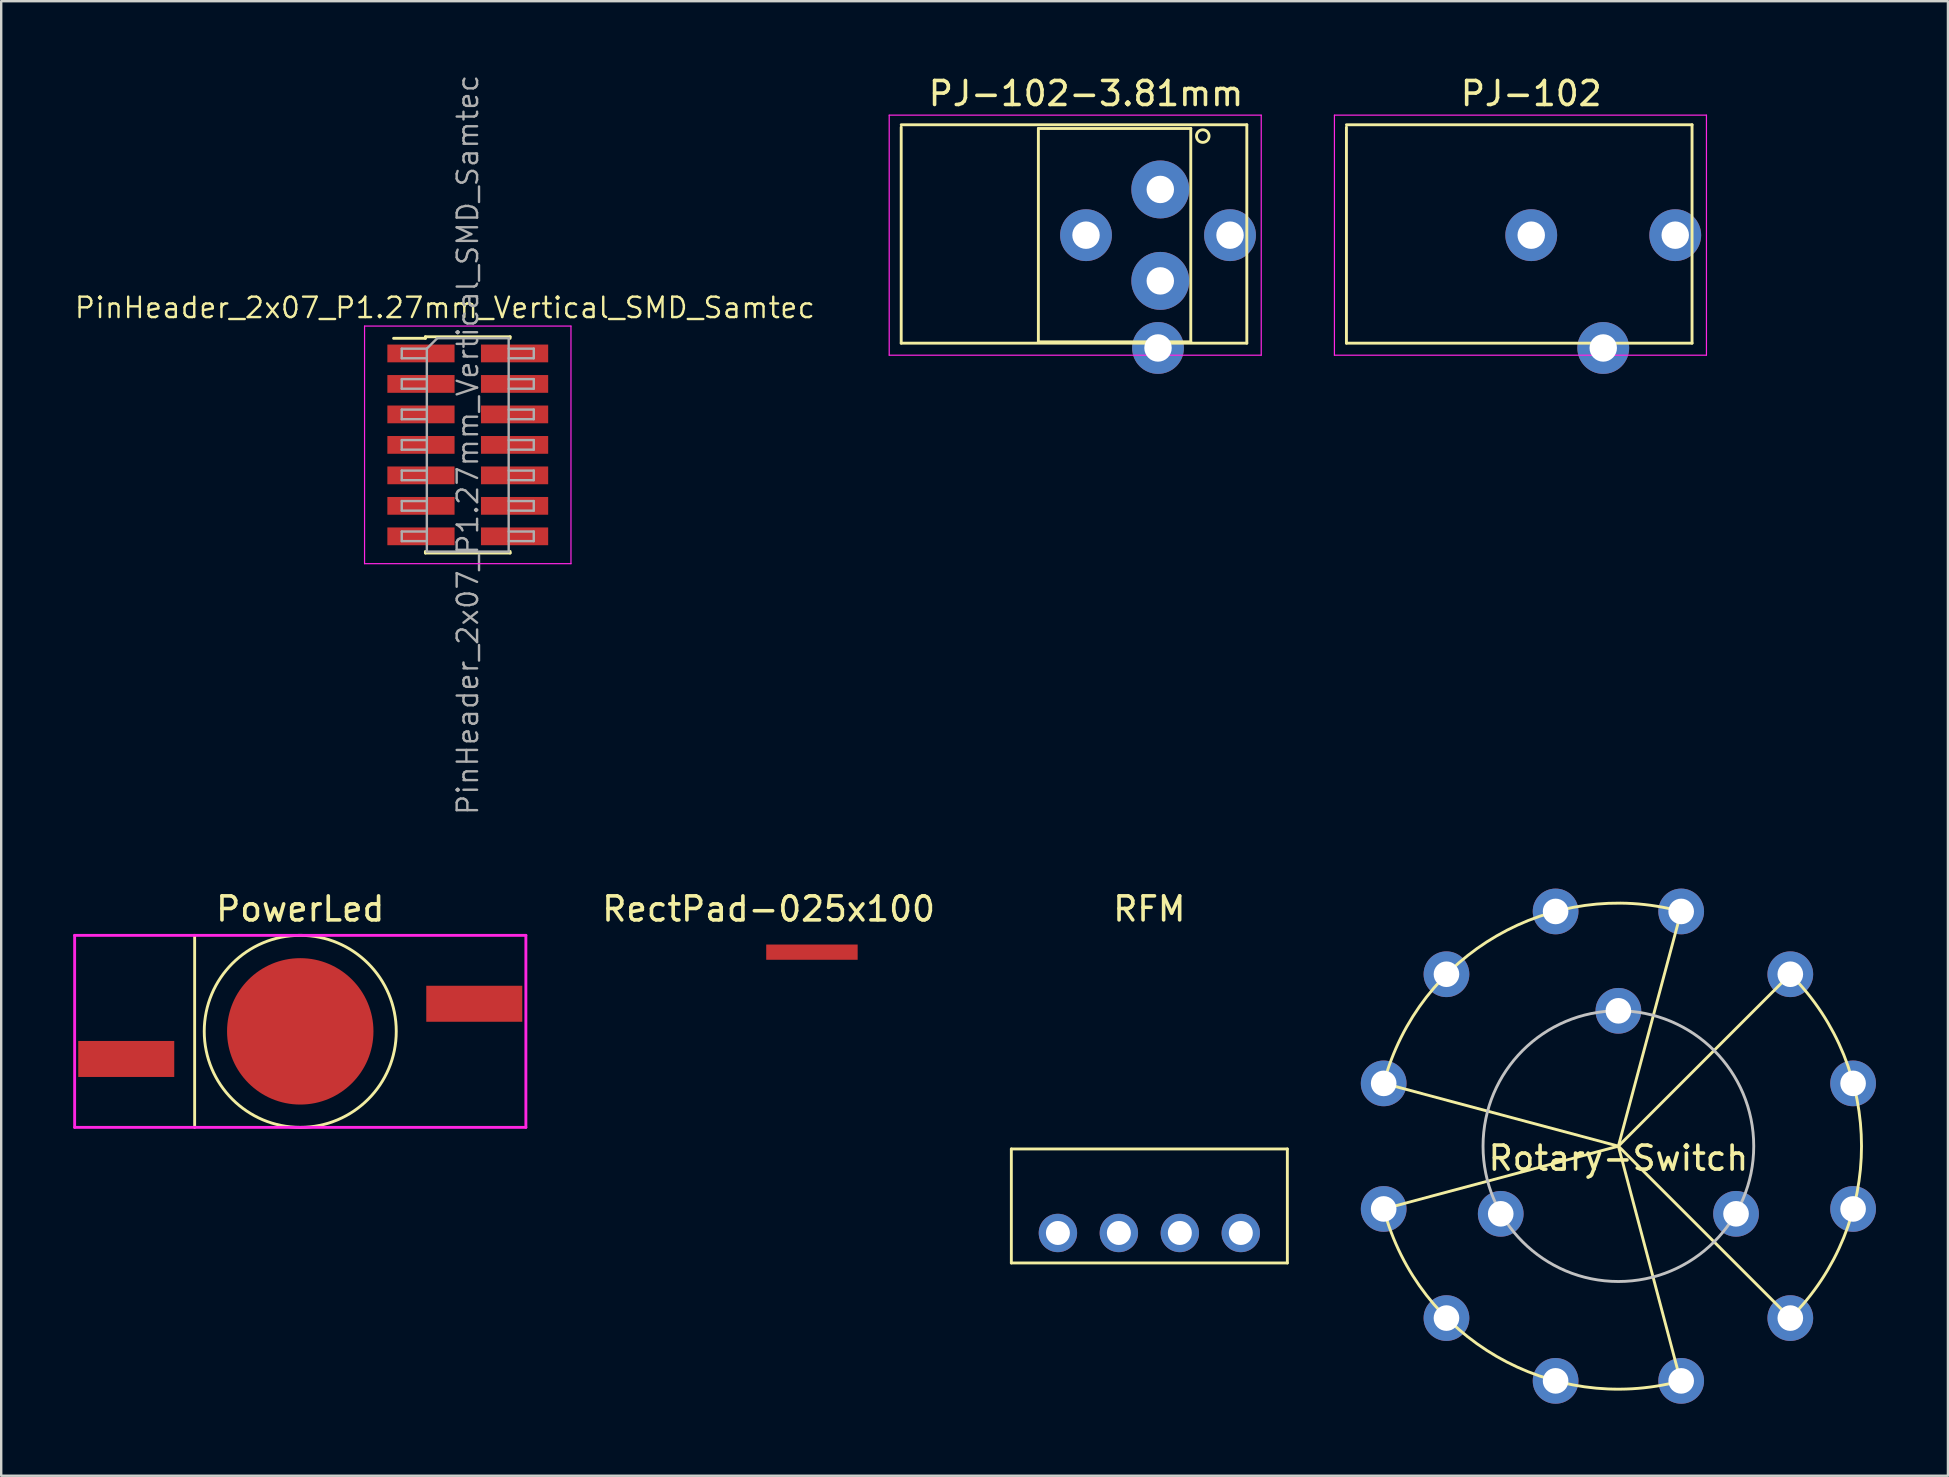
<source format=kicad_pcb>
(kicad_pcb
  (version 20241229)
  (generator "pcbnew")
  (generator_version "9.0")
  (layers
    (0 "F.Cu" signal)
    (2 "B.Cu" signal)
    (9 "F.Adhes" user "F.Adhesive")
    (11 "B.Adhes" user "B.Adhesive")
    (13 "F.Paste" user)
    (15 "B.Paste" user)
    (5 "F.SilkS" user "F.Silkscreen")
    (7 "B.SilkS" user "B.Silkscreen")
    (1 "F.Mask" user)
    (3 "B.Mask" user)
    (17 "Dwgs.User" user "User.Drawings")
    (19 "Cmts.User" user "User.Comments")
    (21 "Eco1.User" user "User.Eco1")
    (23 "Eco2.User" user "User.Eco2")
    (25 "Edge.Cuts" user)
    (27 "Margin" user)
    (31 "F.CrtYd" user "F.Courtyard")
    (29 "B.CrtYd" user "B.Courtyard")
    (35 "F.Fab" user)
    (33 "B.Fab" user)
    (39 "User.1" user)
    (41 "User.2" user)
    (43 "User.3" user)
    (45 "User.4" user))
  (footprint "Rotary-Switch"
    (layer "F.Cu")
    (at 64.379 44.704)
    (property "Reference" "Rotary-Switch" (at 0 0.5 0) (layer "F.SilkS") (effects (font (size 1 1) (thickness 0.15))))
    (attr through_hole)
    (fp_line (start -9.779 -2.616) (end 0 0) (stroke (width 0.12) (type solid)) (layer "F.SilkS"))
    (fp_line (start 0 0) (end -9.779 2.616) (stroke (width 0.12) (type solid)) (layer "F.SilkS"))
    (fp_line (start 0 0) (end 2.616 -9.779) (stroke (width 0.12) (type solid)) (layer "F.SilkS"))
    (fp_line (start 2.591 9.779) (end 0 0) (stroke (width 0.12) (type solid)) (layer "F.SilkS"))
    (fp_line (start 7.163 -7.163) (end 0 0) (stroke (width 0.12) (type solid)) (layer "F.SilkS"))
    (fp_line (start 7.163 7.163) (end 0 0) (stroke (width 0.12) (type solid)) (layer "F.SilkS"))
    (fp_arc (start -9.78111 -2.608295) (mid -5.068406 -8.762681) (end 2.616199 -9.778999) (stroke (width 0.12) (type solid)) (layer "F.SilkS"))
    (fp_arc (start 2.592473 9.785316) (mid -5.07549 8.75858) (end -9.778999 2.616199) (stroke (width 0.12) (type solid)) (layer "F.SilkS"))
    (fp_arc (start 7.162799 -7.162799) (mid 10.129727 0) (end 7.162799 7.162799) (stroke (width 0.12) (type solid)) (layer "F.SilkS"))
    (fp_circle (center 0 0) (end 5.639 0) (stroke (width 0.12) (type solid)) (fill no) (layer "Dwgs.User"))
    (pad "1" thru_hole circle (at 0 -5.639) (size 1.905 1.905) (drill 1.067) (layers "*.Cu" "*.Mask"))
    (pad "2" thru_hole circle (at -9.779 -2.616) (size 1.905 1.905) (drill 1.067) (layers "*.Cu" "*.Mask"))
    (pad "3" thru_hole circle (at -7.163 -7.163) (size 1.905 1.905) (drill 1.067) (layers "*.Cu" "*.Mask"))
    (pad "4" thru_hole circle (at -2.616 -9.779) (size 1.905 1.905) (drill 1.067) (layers "*.Cu" "*.Mask"))
    (pad "5" thru_hole circle (at 2.616 -9.779) (size 1.905 1.905) (drill 1.067) (layers "*.Cu" "*.Mask"))
    (pad "6" thru_hole circle (at 4.902 2.819) (size 1.905 1.905) (drill 1.067) (layers "*.Cu" "*.Mask"))
    (pad "7" thru_hole circle (at 7.163 -7.163) (size 1.905 1.905) (drill 1.067) (layers "*.Cu" "*.Mask"))
    (pad "8" thru_hole circle (at 9.779 -2.616) (size 1.905 1.905) (drill 1.067) (layers "*.Cu" "*.Mask"))
    (pad "9" thru_hole circle (at 9.779 2.616) (size 1.905 1.905) (drill 1.067) (layers "*.Cu" "*.Mask"))
    (pad "10" thru_hole circle (at 7.163 7.163) (size 1.905 1.905) (drill 1.067) (layers "*.Cu" "*.Mask"))
    (pad "11" thru_hole circle (at -4.902 2.819) (size 1.905 1.905) (drill 1.067) (layers "*.Cu" "*.Mask"))
    (pad "12" thru_hole circle (at 2.616 9.779) (size 1.905 1.905) (drill 1.067) (layers "*.Cu" "*.Mask"))
    (pad "13" thru_hole circle (at -2.616 9.779) (size 1.905 1.905) (drill 1.067) (layers "*.Cu" "*.Mask"))
    (pad "14" thru_hole circle (at -7.163 7.163) (size 1.905 1.905) (drill 1.067) (layers "*.Cu" "*.Mask"))
    (pad "15" thru_hole circle (at -9.779 2.616) (size 1.905 1.905) (drill 1.067) (layers "*.Cu" "*.Mask")))
  (footprint "PinHeader_2x07_P1.27mm_Vertical_SMD_Samtec"
    (layer "F.Cu")
    (at 16.439 15.486)
    (property "Reference" "PinHeader_2x07_P1.27mm_Vertical_SMD_Samtec" (at -0.953 -5.715 0) (layer "F.SilkS") (effects (font (size 0.85 0.85) (thickness 0.1))))
    (attr smd)
    (fp_line (start -3.09 -4.44) (end -1.765 -4.44) (stroke (width 0.12) (type solid)) (layer "F.SilkS"))
    (fp_line (start -1.765 -4.505) (end -1.765 -4.44) (stroke (width 0.12) (type solid)) (layer "F.SilkS"))
    (fp_line (start -1.765 -4.505) (end 1.765 -4.505) (stroke (width 0.12) (type solid)) (layer "F.SilkS"))
    (fp_line (start -1.765 4.44) (end -1.765 4.505) (stroke (width 0.12) (type solid)) (layer "F.SilkS"))
    (fp_line (start -1.765 4.505) (end 1.765 4.505) (stroke (width 0.12) (type solid)) (layer "F.SilkS"))
    (fp_line (start 1.765 -4.505) (end 1.765 -4.44) (stroke (width 0.12) (type solid)) (layer "F.SilkS"))
    (fp_line (start 1.765 4.44) (end 1.765 4.505) (stroke (width 0.12) (type solid)) (layer "F.SilkS"))
    (fp_line (start -4.3 -4.95) (end -4.3 4.95) (stroke (width 0.05) (type solid)) (layer "F.CrtYd"))
    (fp_line (start -4.3 4.95) (end 4.3 4.95) (stroke (width 0.05) (type solid)) (layer "F.CrtYd"))
    (fp_line (start 4.3 -4.95) (end -4.3 -4.95) (stroke (width 0.05) (type solid)) (layer "F.CrtYd"))
    (fp_line (start 4.3 4.95) (end 4.3 -4.95) (stroke (width 0.05) (type solid)) (layer "F.CrtYd"))
    (fp_line (start -2.75 -4.01) (end -2.75 -3.61) (stroke (width 0.1) (type solid)) (layer "F.Fab"))
    (fp_line (start -2.75 -3.61) (end -1.705 -3.61) (stroke (width 0.1) (type solid)) (layer "F.Fab"))
    (fp_line (start -2.75 -2.74) (end -2.75 -2.34) (stroke (width 0.1) (type solid)) (layer "F.Fab"))
    (fp_line (start -2.75 -2.34) (end -1.705 -2.34) (stroke (width 0.1) (type solid)) (layer "F.Fab"))
    (fp_line (start -2.75 -1.47) (end -2.75 -1.07) (stroke (width 0.1) (type solid)) (layer "F.Fab"))
    (fp_line (start -2.75 -1.07) (end -1.705 -1.07) (stroke (width 0.1) (type solid)) (layer "F.Fab"))
    (fp_line (start -2.75 -0.2) (end -2.75 0.2) (stroke (width 0.1) (type solid)) (layer "F.Fab"))
    (fp_line (start -2.75 0.2) (end -1.705 0.2) (stroke (width 0.1) (type solid)) (layer "F.Fab"))
    (fp_line (start -2.75 1.07) (end -2.75 1.47) (stroke (width 0.1) (type solid)) (layer "F.Fab"))
    (fp_line (start -2.75 1.47) (end -1.705 1.47) (stroke (width 0.1) (type solid)) (layer "F.Fab"))
    (fp_line (start -2.75 2.34) (end -2.75 2.74) (stroke (width 0.1) (type solid)) (layer "F.Fab"))
    (fp_line (start -2.75 2.74) (end -1.705 2.74) (stroke (width 0.1) (type solid)) (layer "F.Fab"))
    (fp_line (start -2.75 3.61) (end -2.75 4.01) (stroke (width 0.1) (type solid)) (layer "F.Fab"))
    (fp_line (start -2.75 4.01) (end -1.705 4.01) (stroke (width 0.1) (type solid)) (layer "F.Fab"))
    (fp_line (start -1.705 -4.01) (end -2.75 -4.01) (stroke (width 0.1) (type solid)) (layer "F.Fab"))
    (fp_line (start -1.705 -4.01) (end -1.27 -4.445) (stroke (width 0.1) (type solid)) (layer "F.Fab"))
    (fp_line (start -1.705 -2.74) (end -2.75 -2.74) (stroke (width 0.1) (type solid)) (layer "F.Fab"))
    (fp_line (start -1.705 -1.47) (end -2.75 -1.47) (stroke (width 0.1) (type solid)) (layer "F.Fab"))
    (fp_line (start -1.705 -0.2) (end -2.75 -0.2) (stroke (width 0.1) (type solid)) (layer "F.Fab"))
    (fp_line (start -1.705 1.07) (end -2.75 1.07) (stroke (width 0.1) (type solid)) (layer "F.Fab"))
    (fp_line (start -1.705 2.34) (end -2.75 2.34) (stroke (width 0.1) (type solid)) (layer "F.Fab"))
    (fp_line (start -1.705 3.61) (end -2.75 3.61) (stroke (width 0.1) (type solid)) (layer "F.Fab"))
    (fp_line (start -1.705 4.445) (end -1.705 -4.01) (stroke (width 0.1) (type solid)) (layer "F.Fab"))
    (fp_line (start -1.27 -4.445) (end 1.705 -4.445) (stroke (width 0.1) (type solid)) (layer "F.Fab"))
    (fp_line (start 1.705 -4.445) (end 1.705 4.445) (stroke (width 0.1) (type solid)) (layer "F.Fab"))
    (fp_line (start 1.705 -4.01) (end 2.75 -4.01) (stroke (width 0.1) (type solid)) (layer "F.Fab"))
    (fp_line (start 1.705 -2.74) (end 2.75 -2.74) (stroke (width 0.1) (type solid)) (layer "F.Fab"))
    (fp_line (start 1.705 -1.47) (end 2.75 -1.47) (stroke (width 0.1) (type solid)) (layer "F.Fab"))
    (fp_line (start 1.705 -0.2) (end 2.75 -0.2) (stroke (width 0.1) (type solid)) (layer "F.Fab"))
    (fp_line (start 1.705 1.07) (end 2.75 1.07) (stroke (width 0.1) (type solid)) (layer "F.Fab"))
    (fp_line (start 1.705 2.34) (end 2.75 2.34) (stroke (width 0.1) (type solid)) (layer "F.Fab"))
    (fp_line (start 1.705 3.61) (end 2.75 3.61) (stroke (width 0.1) (type solid)) (layer "F.Fab"))
    (fp_line (start 1.705 4.445) (end -1.705 4.445) (stroke (width 0.1) (type solid)) (layer "F.Fab"))
    (fp_line (start 2.75 -4.01) (end 2.75 -3.61) (stroke (width 0.1) (type solid)) (layer "F.Fab"))
    (fp_line (start 2.75 -3.61) (end 1.705 -3.61) (stroke (width 0.1) (type solid)) (layer "F.Fab"))
    (fp_line (start 2.75 -2.74) (end 2.75 -2.34) (stroke (width 0.1) (type solid)) (layer "F.Fab"))
    (fp_line (start 2.75 -2.34) (end 1.705 -2.34) (stroke (width 0.1) (type solid)) (layer "F.Fab"))
    (fp_line (start 2.75 -1.47) (end 2.75 -1.07) (stroke (width 0.1) (type solid)) (layer "F.Fab"))
    (fp_line (start 2.75 -1.07) (end 1.705 -1.07) (stroke (width 0.1) (type solid)) (layer "F.Fab"))
    (fp_line (start 2.75 -0.2) (end 2.75 0.2) (stroke (width 0.1) (type solid)) (layer "F.Fab"))
    (fp_line (start 2.75 0.2) (end 1.705 0.2) (stroke (width 0.1) (type solid)) (layer "F.Fab"))
    (fp_line (start 2.75 1.07) (end 2.75 1.47) (stroke (width 0.1) (type solid)) (layer "F.Fab"))
    (fp_line (start 2.75 1.47) (end 1.705 1.47) (stroke (width 0.1) (type solid)) (layer "F.Fab"))
    (fp_line (start 2.75 2.34) (end 2.75 2.74) (stroke (width 0.1) (type solid)) (layer "F.Fab"))
    (fp_line (start 2.75 2.74) (end 1.705 2.74) (stroke (width 0.1) (type solid)) (layer "F.Fab"))
    (fp_line (start 2.75 3.61) (end 2.75 4.01) (stroke (width 0.1) (type solid)) (layer "F.Fab"))
    (fp_line (start 2.75 4.01) (end 1.705 4.01) (stroke (width 0.1) (type solid)) (layer "F.Fab"))
    (fp_text user "${REFERENCE}" (at 0 0 90) (layer "F.Fab") (effects (font (size 0.85 0.85) (thickness 0.1))))
    (pad "1" smd rect (at -1.95 -3.81) (size 2.8 0.74) (layers "F.Cu" "F.Mask" "F.Paste"))
    (pad "2" smd rect (at 1.95 -3.81) (size 2.8 0.74) (layers "F.Cu" "F.Mask" "F.Paste"))
    (pad "3" smd rect (at -1.95 -2.54) (size 2.8 0.74) (layers "F.Cu" "F.Mask" "F.Paste"))
    (pad "4" smd rect (at 1.95 -2.54) (size 2.8 0.74) (layers "F.Cu" "F.Mask" "F.Paste"))
    (pad "5" smd rect (at -1.95 -1.27) (size 2.8 0.74) (layers "F.Cu" "F.Mask" "F.Paste"))
    (pad "6" smd rect (at 1.95 -1.27) (size 2.8 0.74) (layers "F.Cu" "F.Mask" "F.Paste"))
    (pad "7" smd rect (at -1.95 0) (size 2.8 0.74) (layers "F.Cu" "F.Mask" "F.Paste"))
    (pad "8" smd rect (at 1.95 0) (size 2.8 0.74) (layers "F.Cu" "F.Mask" "F.Paste"))
    (pad "9" smd rect (at -1.95 1.27) (size 2.8 0.74) (layers "F.Cu" "F.Mask" "F.Paste"))
    (pad "10" smd rect (at 1.95 1.27) (size 2.8 0.74) (layers "F.Cu" "F.Mask" "F.Paste"))
    (pad "11" smd rect (at -1.95 2.54) (size 2.8 0.74) (layers "F.Cu" "F.Mask" "F.Paste"))
    (pad "12" smd rect (at 1.95 2.54) (size 2.8 0.74) (layers "F.Cu" "F.Mask" "F.Paste"))
    (pad "13" smd rect (at -1.95 3.81) (size 2.8 0.74) (layers "F.Cu" "F.Mask" "F.Paste"))
    (pad "14" smd rect (at 1.95 3.81) (size 2.8 0.74) (layers "F.Cu" "F.Mask" "F.Paste")))
  (footprint "RFM"
    (layer "F.Cu")
    (at 44.837 48.321)
    (property "Reference" "RFM" (at 0 -13.5 0) (layer "F.SilkS") (effects (font (size 1 1) (thickness 0.15))))
    (attr through_hole)
    (fp_line (start -5.75 -3.5) (end -5.75 1.25) (stroke (width 0.12) (type solid)) (layer "F.SilkS"))
    (fp_line (start -5.75 1.25) (end 5.75 1.25) (stroke (width 0.12) (type solid)) (layer "F.SilkS"))
    (fp_line (start 5.75 -3.5) (end -5.75 -3.5) (stroke (width 0.12) (type solid)) (layer "F.SilkS"))
    (fp_line (start 5.75 1.25) (end 5.75 -3.5) (stroke (width 0.12) (type solid)) (layer "F.SilkS"))
    (pad "1" thru_hole circle (at -3.81 0) (size 1.6 1.6) (drill 1) (layers "*.Cu" "*.Mask"))
    (pad "2" thru_hole circle (at -1.27 0) (size 1.6 1.6) (drill 1) (layers "*.Cu" "*.Mask"))
    (pad "3" thru_hole circle (at 1.27 0) (size 1.6 1.6) (drill 1) (layers "*.Cu" "*.Mask"))
    (pad "4" thru_hole circle (at 3.81 0) (size 1.6 1.6) (drill 1) (layers "*.Cu" "*.Mask")))
  (footprint "RectPad-025x100"
    (layer "F.Cu")
    (at 28.874 36.621)
    (property "Reference" "RectPad-025x100" (at 0.1 -1.8 0) (layer "F.SilkS") (effects (font (size 1 1) (thickness 0.15))))
    (attr through_hole)
    (pad "1" smd rect (at 1.905 0) (size 3.81 0.635) (layers "F.Cu" "F.Mask" "F.Paste")))
  (footprint "PJ-102"
    (layer "F.Cu")
    (at 53.048 6.748)
    (property "Reference" "PJ-102" (at 7.7 -5.9 0) (layer "F.SilkS") (effects (font (size 1 1) (thickness 0.15))))
    (attr through_hole)
    (fp_line (start 0 -4.6) (end 14.4 -4.6) (stroke (width 0.12) (type solid)) (layer "F.SilkS"))
    (fp_line (start 0 4.5) (end 0 -4.5) (stroke (width 0.12) (type solid)) (layer "F.SilkS"))
    (fp_line (start 14.4 -4.6) (end 14.4 4.5) (stroke (width 0.12) (type solid)) (layer "F.SilkS"))
    (fp_line (start 14.4 4.5) (end 0 4.5) (stroke (width 0.12) (type solid)) (layer "F.SilkS"))
    (fp_line (start -0.5 -5) (end 15 -5) (stroke (width 0.05) (type solid)) (layer "F.CrtYd"))
    (fp_line (start -0.5 5) (end -0.5 -5) (stroke (width 0.05) (type solid)) (layer "F.CrtYd"))
    (fp_line (start 15 -5) (end 15 5) (stroke (width 0.05) (type solid)) (layer "F.CrtYd"))
    (fp_line (start 15 5) (end -0.5 5) (stroke (width 0.05) (type solid)) (layer "F.CrtYd"))
    (pad "1" thru_hole circle (at 13.7 0) (size 2.159 2.159) (drill 1.143) (layers "*.Cu" "*.Mask"))
    (pad "2" thru_hole circle (at 7.7 0) (size 2.159 2.159) (drill 1.143) (layers "*.Cu" "*.Mask"))
    (pad "3" thru_hole circle (at 10.7 4.7) (size 2.159 2.159) (drill 1.143) (layers "*.Cu" "*.Mask")))
  (footprint "PowerLed"
    (layer "F.Cu")
    (at 9.46 39.921)
    (property "Reference" "PowerLed" (at 0 -5.1 0) (layer "F.SilkS") (effects (font (size 1 1) (thickness 0.15))))
    (attr through_hole)
    (fp_line (start -4.4 -4) (end -4.4 4) (stroke (width 0.12) (type solid)) (layer "F.SilkS"))
    (fp_circle (center 0 0) (end 4 0) (stroke (width 0.12) (type solid)) (fill no) (layer "F.SilkS"))
    (fp_line (start -9.4 -4) (end -9.4 4) (stroke (width 0.12) (type solid)) (layer "F.CrtYd"))
    (fp_line (start -9.4 4) (end 9.4 4) (stroke (width 0.12) (type solid)) (layer "F.CrtYd"))
    (fp_line (start 9.4 -4) (end -9.4 -4) (stroke (width 0.12) (type solid)) (layer "F.CrtYd"))
    (fp_line (start 9.4 4) (end 9.4 -4) (stroke (width 0.12) (type solid)) (layer "F.CrtYd"))
    (pad "1" smd rect (at -7.25 1.15) (size 4 1.5) (layers "F.Cu" "F.Mask" "F.Paste"))
    (pad "2" smd rect (at 7.25 -1.15) (size 4 1.5) (layers "F.Cu" "F.Mask" "F.Paste"))
    (pad "3" smd circle (at 0 0) (size 6.1 6.1) (layers "F.Cu" "F.Mask" "F.Paste")))
  (footprint "PJ-102-3.81mm"
    (layer "F.Cu")
    (at 34.498 6.748)
    (property "Reference" "PJ-102-3.81mm" (at 7.7 -5.9 0) (layer "F.SilkS") (effects (font (size 1 1) (thickness 0.15))))
    (attr through_hole)
    (fp_line (start 0 -4.6) (end 14.4 -4.6) (stroke (width 0.12) (type solid)) (layer "F.SilkS"))
    (fp_line (start 0 4.5) (end 0 -4.5) (stroke (width 0.12) (type solid)) (layer "F.SilkS"))
    (fp_line (start 5.715 -4.445) (end 5.715 4.445) (stroke (width 0.12) (type solid)) (layer "F.SilkS"))
    (fp_line (start 5.715 4.445) (end 12.065 4.445) (stroke (width 0.12) (type solid)) (layer "F.SilkS"))
    (fp_line (start 12.065 -4.445) (end 5.715 -4.445) (stroke (width 0.12) (type solid)) (layer "F.SilkS"))
    (fp_line (start 12.065 -4.445) (end 12.065 4.445) (stroke (width 0.12) (type solid)) (layer "F.SilkS"))
    (fp_line (start 14.4 -4.6) (end 14.4 4.5) (stroke (width 0.12) (type solid)) (layer "F.SilkS"))
    (fp_line (start 14.4 4.5) (end 0 4.5) (stroke (width 0.12) (type solid)) (layer "F.SilkS"))
    (fp_circle (center 12.565 -4.128) (end 12.311 -4.064) (stroke (width 0.12) (type solid)) (fill no) (layer "F.SilkS"))
    (fp_line (start -0.5 -5) (end 15 -5) (stroke (width 0.05) (type solid)) (layer "F.CrtYd"))
    (fp_line (start -0.5 5) (end -0.5 -5) (stroke (width 0.05) (type solid)) (layer "F.CrtYd"))
    (fp_line (start 15 -5) (end 15 5) (stroke (width 0.05) (type solid)) (layer "F.CrtYd"))
    (fp_line (start 15 5) (end -0.5 5) (stroke (width 0.05) (type solid)) (layer "F.CrtYd"))
    (pad "1" thru_hole circle (at 10.795 -1.905 270) (size 2.413 2.413) (drill 1.143) (layers "*.Cu" "*.Mask"))
    (pad "1" thru_hole circle (at 13.7 0) (size 2.159 2.159) (drill 1.143) (layers "*.Cu" "*.Mask"))
    (pad "2" thru_hole circle (at 7.7 0) (size 2.159 2.159) (drill 1.143) (layers "*.Cu" "*.Mask"))
    (pad "2" thru_hole circle (at 10.795 1.905 270) (size 2.413 2.413) (drill 1.143) (layers "*.Cu" "*.Mask"))
    (pad "3" thru_hole circle (at 10.7 4.7) (size 2.159 2.159) (drill 1.143) (layers "*.Cu" "*.Mask")))
  (gr_rect
    (start -3 -3)
    (end 78.11 58.436)
    (stroke (width 0.1) (type default))
    (fill no)
    (layer "Edge.Cuts")))
</source>
